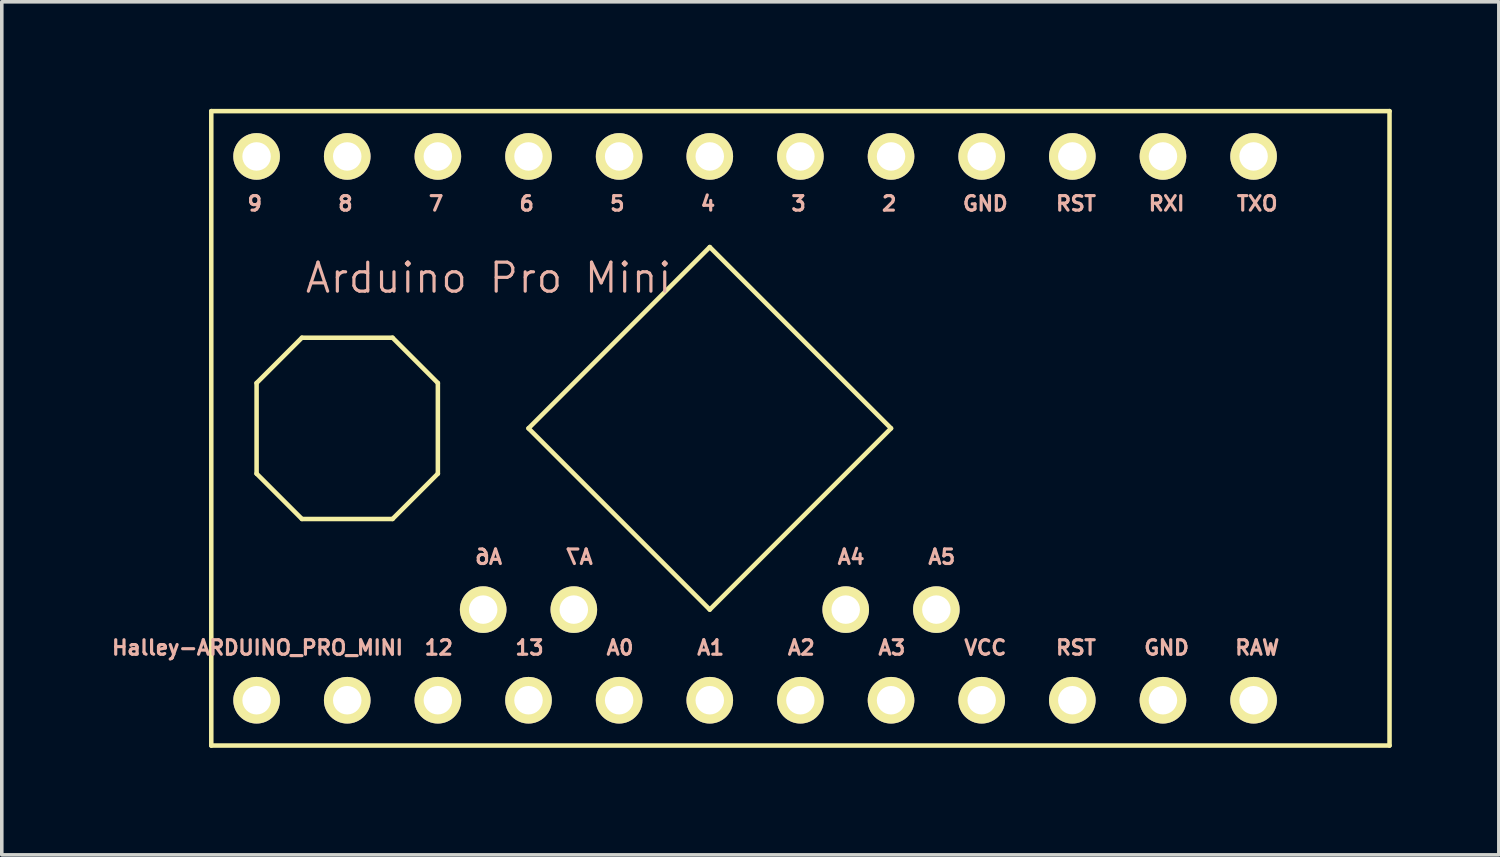
<source format=kicad_pcb>
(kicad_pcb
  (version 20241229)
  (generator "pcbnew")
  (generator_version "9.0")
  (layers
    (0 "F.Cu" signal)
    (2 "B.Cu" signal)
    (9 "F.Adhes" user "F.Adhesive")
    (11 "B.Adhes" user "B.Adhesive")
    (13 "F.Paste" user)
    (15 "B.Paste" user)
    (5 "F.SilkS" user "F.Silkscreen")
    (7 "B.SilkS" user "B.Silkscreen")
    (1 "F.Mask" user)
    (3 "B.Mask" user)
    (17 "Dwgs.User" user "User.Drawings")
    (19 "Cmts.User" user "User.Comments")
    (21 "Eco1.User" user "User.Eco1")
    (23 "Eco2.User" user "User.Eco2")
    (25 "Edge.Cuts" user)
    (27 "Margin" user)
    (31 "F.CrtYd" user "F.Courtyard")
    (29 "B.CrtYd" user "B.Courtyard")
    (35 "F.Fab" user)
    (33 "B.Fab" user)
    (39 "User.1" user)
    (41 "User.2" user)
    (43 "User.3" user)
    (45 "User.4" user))
  (footprint "Halley-ARDUINO_PRO_MINI"
    (layer "F.Cu")
    (at 20.651 8.954)
    (property "Reference" "Halley-ARDUINO_PRO_MINI" (at -16.485 6.147 0) (layer "B.SilkS") (effects (font (size 0.406 0.406) (thickness 0.089))))
    (attr exclude_from_pos_files exclude_from_bom)
    (fp_line (start -17.78 -8.89) (end -17.78 8.89) (stroke (width 0.127) (type solid)) (layer "F.SilkS"))
    (fp_line (start -17.78 8.89) (end 15.24 8.89) (stroke (width 0.127) (type solid)) (layer "F.SilkS"))
    (fp_line (start -16.51 -1.27) (end -16.51 1.27) (stroke (width 0.127) (type solid)) (layer "F.SilkS"))
    (fp_line (start -16.51 1.27) (end -15.24 2.54) (stroke (width 0.127) (type solid)) (layer "F.SilkS"))
    (fp_line (start -15.24 -2.54) (end -16.51 -1.27) (stroke (width 0.127) (type solid)) (layer "F.SilkS"))
    (fp_line (start -15.24 2.54) (end -12.7 2.54) (stroke (width 0.127) (type solid)) (layer "F.SilkS"))
    (fp_line (start -12.7 -2.54) (end -15.24 -2.54) (stroke (width 0.127) (type solid)) (layer "F.SilkS"))
    (fp_line (start -12.7 2.54) (end -11.43 1.27) (stroke (width 0.127) (type solid)) (layer "F.SilkS"))
    (fp_line (start -11.43 -1.27) (end -12.7 -2.54) (stroke (width 0.127) (type solid)) (layer "F.SilkS"))
    (fp_line (start -11.43 1.27) (end -11.43 -1.27) (stroke (width 0.127) (type solid)) (layer "F.SilkS"))
    (fp_line (start -8.89 0) (end -3.81 -5.08) (stroke (width 0.127) (type solid)) (layer "F.SilkS"))
    (fp_line (start -3.81 -5.08) (end 1.27 0) (stroke (width 0.127) (type solid)) (layer "F.SilkS"))
    (fp_line (start -3.81 5.08) (end -8.89 0) (stroke (width 0.127) (type solid)) (layer "F.SilkS"))
    (fp_line (start 1.27 0) (end -3.81 5.08) (stroke (width 0.127) (type solid)) (layer "F.SilkS"))
    (fp_line (start 15.24 -8.89) (end -17.78 -8.89) (stroke (width 0.127) (type solid)) (layer "F.SilkS"))
    (fp_line (start 15.24 8.89) (end 15.24 -8.89) (stroke (width 0.127) (type solid)) (layer "F.SilkS"))
    (fp_text user "4" (at -3.861 -6.299 0) (layer "B.SilkS") (effects (font (size 0.406 0.406) (thickness 0.089))))
    (fp_text user "9" (at -16.561 -6.299 0) (layer "B.SilkS") (effects (font (size 0.406 0.406) (thickness 0.089))))
    (fp_text user "13" (at -8.862 6.147 0) (layer "B.SilkS") (effects (font (size 0.406 0.406) (thickness 0.089))))
    (fp_text user "2" (at 1.219 -6.299 0) (layer "B.SilkS") (effects (font (size 0.406 0.406) (thickness 0.089))))
    (fp_text user "RST" (at 6.452 -6.299 0) (layer "B.SilkS") (effects (font (size 0.406 0.406) (thickness 0.089))))
    (fp_text user "GND" (at 8.992 6.147 0) (layer "B.SilkS") (effects (font (size 0.406 0.406) (thickness 0.089))))
    (fp_text user "3" (at -1.321 -6.299 0) (layer "B.SilkS") (effects (font (size 0.406 0.406) (thickness 0.089))))
    (fp_text user "A3" (at 1.293 6.147 0) (layer "B.SilkS") (effects (font (size 0.406 0.406) (thickness 0.089))))
    (fp_text user "A1" (at -3.785 6.147 0) (layer "B.SilkS") (effects (font (size 0.406 0.406) (thickness 0.089))))
    (fp_text user "A4" (at 0.152 3.604 0) (layer "B.SilkS") (effects (font (size 0.406 0.406) (thickness 0.089))))
    (fp_text user "GND" (at 3.912 -6.299 0) (layer "B.SilkS") (effects (font (size 0.406 0.406) (thickness 0.089))))
    (fp_text user "VCC" (at 3.912 6.147 0) (layer "B.SilkS") (effects (font (size 0.406 0.406) (thickness 0.089))))
    (fp_text user "12" (at -11.405 6.147 0) (layer "B.SilkS") (effects (font (size 0.406 0.406) (thickness 0.089))))
    (fp_text user "A5" (at 2.692 3.604 0) (layer "B.SilkS") (effects (font (size 0.406 0.406) (thickness 0.089))))
    (fp_text user "RXI" (at 8.992 -6.299 0) (layer "B.SilkS") (effects (font (size 0.406 0.406) (thickness 0.089))))
    (fp_text user "RAW" (at 11.532 6.147 0) (layer "B.SilkS") (effects (font (size 0.406 0.406) (thickness 0.089))))
    (fp_text user "A6" (at -10.008 3.604 0) (layer "B.SilkS") (effects (font (size 0.406 0.406) (thickness 0.089)) (justify mirror)))
    (fp_text user "5" (at -6.401 -6.299 0) (layer "B.SilkS") (effects (font (size 0.406 0.406) (thickness 0.089))))
    (fp_text user "8" (at -14.021 -6.299 0) (layer "B.SilkS") (effects (font (size 0.406 0.406) (thickness 0.089))))
    (fp_text user "RST" (at 6.452 6.147 0) (layer "B.SilkS") (effects (font (size 0.406 0.406) (thickness 0.089))))
    (fp_text user "A0" (at -6.325 6.147 0) (layer "B.SilkS") (effects (font (size 0.406 0.406) (thickness 0.089))))
    (fp_text user "7" (at -11.481 -6.299 0) (layer "B.SilkS") (effects (font (size 0.406 0.406) (thickness 0.089))))
    (fp_text user "6" (at -8.941 -6.299 0) (layer "B.SilkS") (effects (font (size 0.406 0.406) (thickness 0.089))))
    (fp_text user "A2" (at -1.245 6.147 0) (layer "B.SilkS") (effects (font (size 0.406 0.406) (thickness 0.089))))
    (fp_text user "Arduino Pro Mini" (at -10.008 -4.216 0) (layer "B.SilkS") (effects (font (size 0.813 0.813) (thickness 0.089))))
    (fp_text user "A7" (at -7.468 3.604 0) (layer "B.SilkS") (effects (font (size 0.406 0.406) (thickness 0.089)) (justify mirror)))
    (fp_text user "TXO" (at 11.532 -6.299 0) (layer "B.SilkS") (effects (font (size 0.406 0.406) (thickness 0.089))))
    (pad "A0" thru_hole circle (at -6.35 7.62) (size 1.306 1.306) (drill 0.798) (layers "*.Cu" "F.Mask" "F.SilkS" "F.Paste"))
    (pad "A1" thru_hole circle (at -3.81 7.62) (size 1.306 1.306) (drill 0.798) (layers "*.Cu" "F.Mask" "F.SilkS" "F.Paste"))
    (pad "A2" thru_hole circle (at -1.27 7.62) (size 1.306 1.306) (drill 0.798) (layers "*.Cu" "F.Mask" "F.SilkS" "F.Paste"))
    (pad "A3" thru_hole circle (at 1.27 7.62) (size 1.306 1.306) (drill 0.798) (layers "*.Cu" "F.Mask" "F.SilkS" "F.Paste"))
    (pad "A4" thru_hole circle (at 0 5.08) (size 1.306 1.306) (drill 0.798) (layers "*.Cu" "F.Mask" "F.SilkS" "F.Paste"))
    (pad "A5" thru_hole circle (at -7.62 5.08) (size 1.306 1.306) (drill 0.798) (layers "*.Cu" "F.Mask" "F.SilkS" "F.Paste"))
    (pad "A5" thru_hole circle (at 2.54 5.08) (size 1.306 1.306) (drill 0.798) (layers "*.Cu" "F.Mask" "F.SilkS" "F.Paste"))
    (pad "A6" thru_hole circle (at -10.16 5.08) (size 1.306 1.306) (drill 0.798) (layers "*.Cu" "F.Mask" "F.SilkS" "F.Paste"))
    (pad "D2" thru_hole circle (at 1.27 -7.62) (size 1.306 1.306) (drill 0.798) (layers "*.Cu" "F.Mask" "F.SilkS" "F.Paste"))
    (pad "D3" thru_hole circle (at -1.27 -7.62) (size 1.306 1.306) (drill 0.798) (layers "*.Cu" "F.Mask" "F.SilkS" "F.Paste"))
    (pad "D4" thru_hole circle (at -3.81 -7.62) (size 1.306 1.306) (drill 0.798) (layers "*.Cu" "F.Mask" "F.SilkS" "F.Paste"))
    (pad "D5" thru_hole circle (at -6.35 -7.62) (size 1.306 1.306) (drill 0.798) (layers "*.Cu" "F.Mask" "F.SilkS" "F.Paste"))
    (pad "D6" thru_hole circle (at -8.89 -7.62) (size 1.306 1.306) (drill 0.798) (layers "*.Cu" "F.Mask" "F.SilkS" "F.Paste"))
    (pad "D7" thru_hole circle (at -11.43 -7.62) (size 1.306 1.306) (drill 0.798) (layers "*.Cu" "F.Mask" "F.SilkS" "F.Paste"))
    (pad "D8" thru_hole circle (at -13.97 -7.62) (size 1.306 1.306) (drill 0.798) (layers "*.Cu" "F.Mask" "F.SilkS" "F.Paste"))
    (pad "D9" thru_hole circle (at -16.51 -7.62) (size 1.306 1.306) (drill 0.798) (layers "*.Cu" "F.Mask" "F.SilkS" "F.Paste"))
    (pad "D10" thru_hole circle (at -16.51 7.62) (size 1.306 1.306) (drill 0.798) (layers "*.Cu" "F.Mask" "F.SilkS" "F.Paste"))
    (pad "D11" thru_hole circle (at -13.97 7.62) (size 1.306 1.306) (drill 0.798) (layers "*.Cu" "F.Mask" "F.SilkS" "F.Paste"))
    (pad "D12" thru_hole circle (at -11.43 7.62) (size 1.306 1.306) (drill 0.798) (layers "*.Cu" "F.Mask" "F.SilkS" "F.Paste"))
    (pad "D13" thru_hole circle (at -8.89 7.62) (size 1.306 1.306) (drill 0.798) (layers "*.Cu" "F.Mask" "F.SilkS" "F.Paste"))
    (pad "GND1" thru_hole circle (at 8.89 7.62) (size 1.306 1.306) (drill 0.798) (layers "*.Cu" "F.Mask" "F.SilkS" "F.Paste"))
    (pad "GND2" thru_hole circle (at 3.81 -7.62) (size 1.306 1.306) (drill 0.798) (layers "*.Cu" "F.Mask" "F.SilkS" "F.Paste"))
    (pad "RAW" thru_hole circle (at 11.43 7.62) (size 1.306 1.306) (drill 0.798) (layers "*.Cu" "F.Mask" "F.SilkS" "F.Paste"))
    (pad "RST1" thru_hole circle (at 6.35 7.62) (size 1.306 1.306) (drill 0.798) (layers "*.Cu" "F.Mask" "F.SilkS" "F.Paste"))
    (pad "RST2" thru_hole circle (at 6.35 -7.62) (size 1.306 1.306) (drill 0.798) (layers "*.Cu" "F.Mask" "F.SilkS" "F.Paste"))
    (pad "RXI" thru_hole circle (at 8.89 -7.62) (size 1.306 1.306) (drill 0.798) (layers "*.Cu" "F.Mask" "F.SilkS" "F.Paste"))
    (pad "TXO" thru_hole circle (at 11.43 -7.62) (size 1.306 1.306) (drill 0.798) (layers "*.Cu" "F.Mask" "F.SilkS" "F.Paste"))
    (pad "VCC1" thru_hole circle (at 3.81 7.62) (size 1.306 1.306) (drill 0.798) (layers "*.Cu" "F.Mask" "F.SilkS" "F.Paste")))
  (gr_rect
    (start -3 -3)
    (end 38.954 20.907)
    (stroke (width 0.1) (type default))
    (fill no)
    (layer "Edge.Cuts")))
</source>
